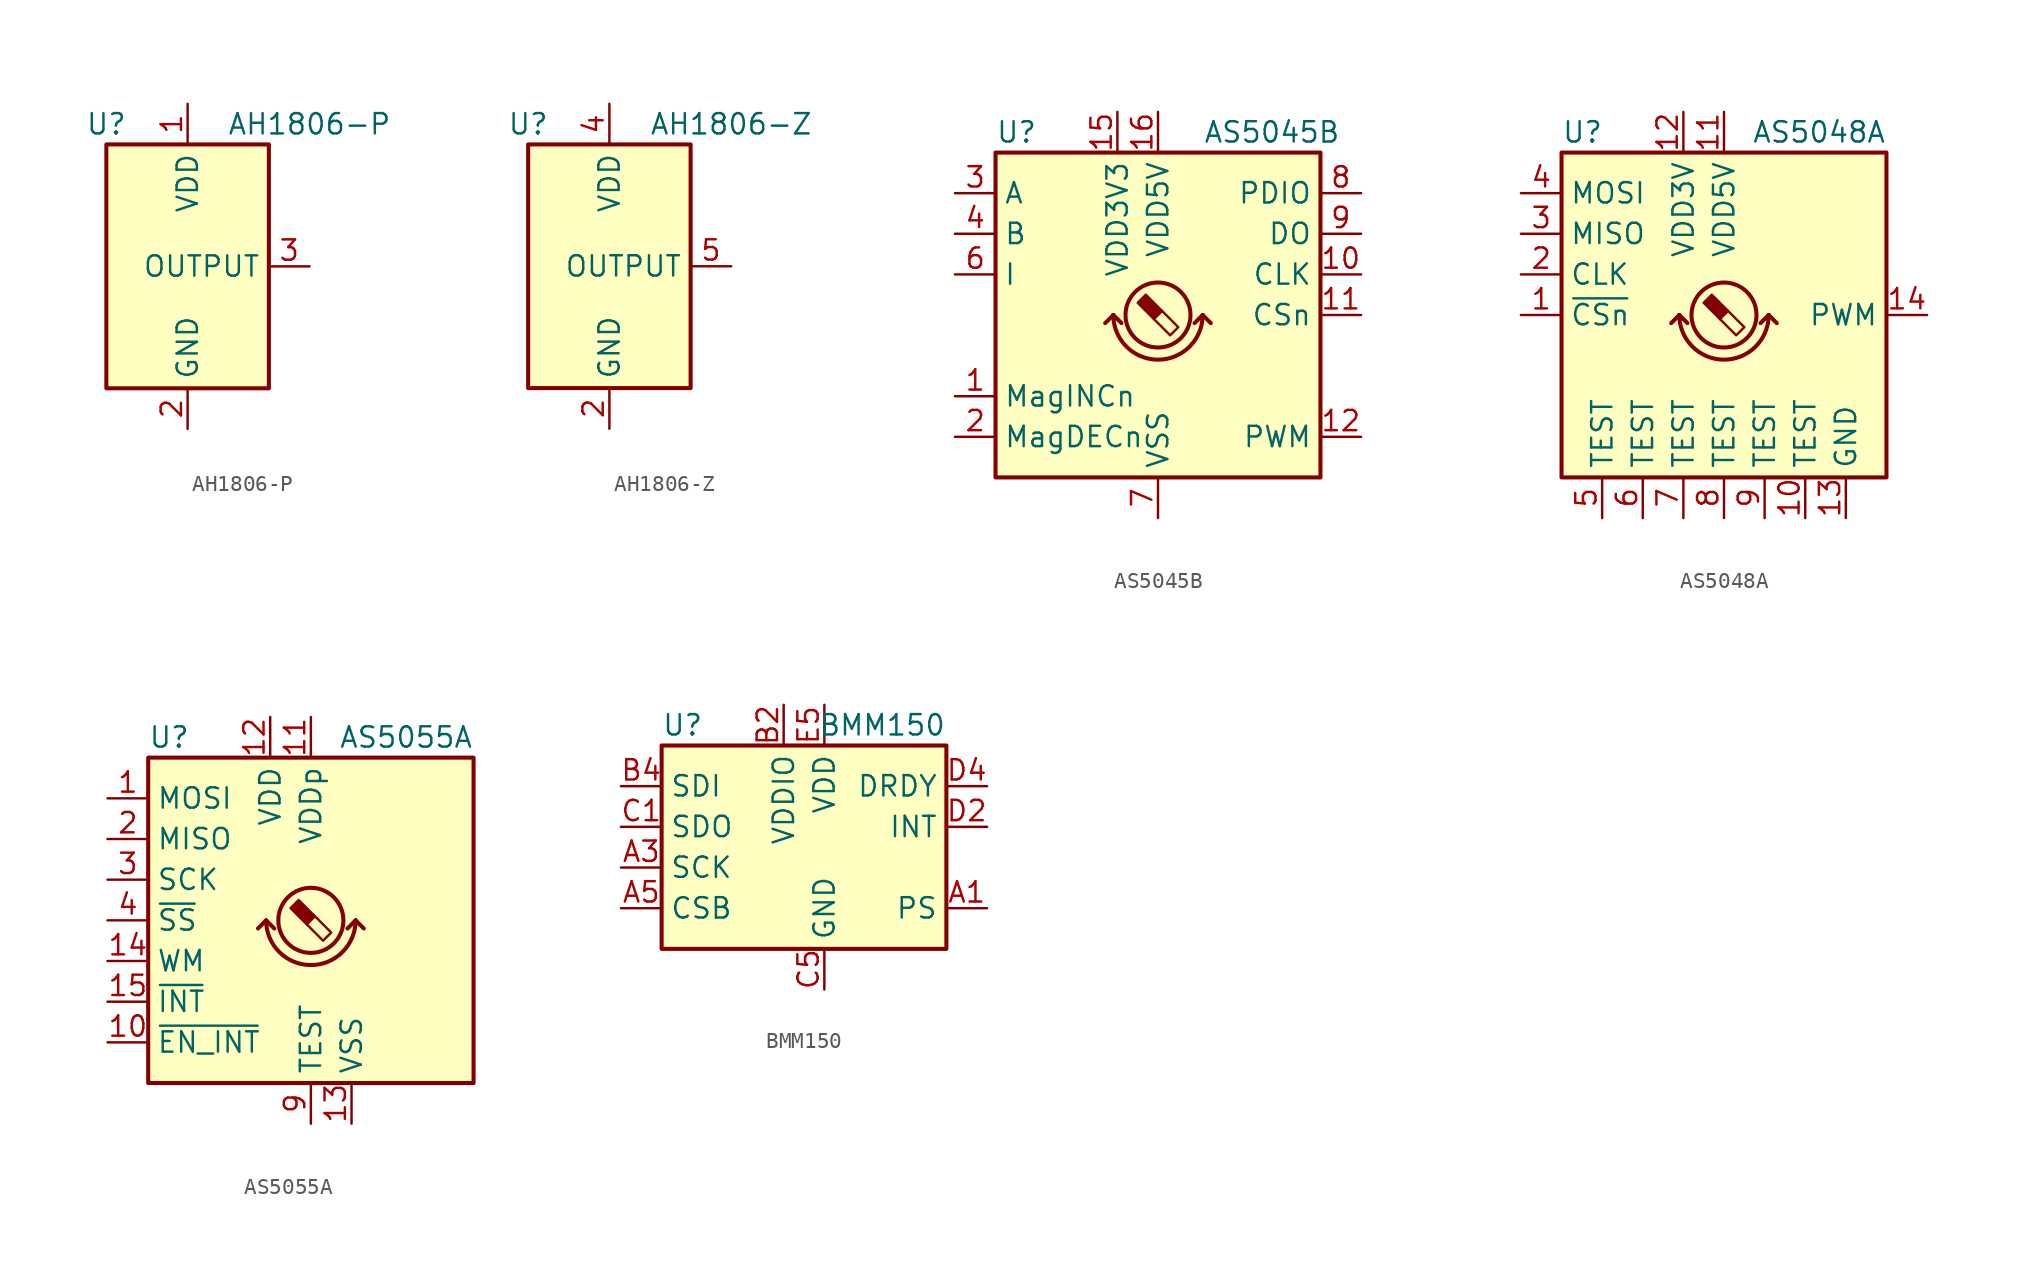
<source format=kicad_sym>
(kicad_symbol_lib
  (version 20211014)
  (generator kicad_symbol_editor)
  (symbol "AH1806-P"
    (property "Reference" "U"
      (at -5.08 8.89 0)
      (effects (font (size 1.27 1.27))))
    (property "Value" "AH1806-P"
      (at 7.62 8.89 0)
      (effects (font (size 1.27 1.27))))
    (symbol "AH1806-P_0_1"
      (rectangle (start 5.08 7.62) (end -5.08 -7.62) (stroke (width 0.254) (type default) (color 0 0 0 0)) (fill (type background))))
    (symbol "AH1806-P_1_1"
      (pin power_in line (at 0 10.16 270) (length 2.54) (name "VDD" (effects (font (size 1.27 1.27)))) (number "1" (effects (font (size 1.27 1.27)))))
      (pin power_in line (at 0 -10.16 90) (length 2.54) (name "GND" (effects (font (size 1.27 1.27)))) (number "2" (effects (font (size 1.27 1.27)))))
      (pin open_collector line (at 7.62 0 180) (length 2.54) (name "OUTPUT" (effects (font (size 1.27 1.27)))) (number "3" (effects (font (size 1.27 1.27)))))))
  (symbol "AH1806-Z"
    (property "Reference" "U"
      (at -5.08 8.89 0)
      (effects (font (size 1.27 1.27))))
    (property "Value" "AH1806-Z"
      (at 7.62 8.89 0)
      (effects (font (size 1.27 1.27))))
    (symbol "AH1806-Z_0_1"
      (rectangle (start 5.08 7.62) (end -5.08 -7.62) (stroke (width 0.254) (type default) (color 0 0 0 0)) (fill (type background))))
    (symbol "AH1806-Z_1_1"
      (pin no_connect line (at 5.08 2.54 180) (length 2.54) hide (name "NC" (effects (font (size 1.27 1.27)))) (number "1" (effects (font (size 1.27 1.27)))))
      (pin power_in line (at 0 -10.16 90) (length 2.54) (name "GND" (effects (font (size 1.27 1.27)))) (number "2" (effects (font (size 1.27 1.27)))))
      (pin no_connect line (at 5.08 -2.54 180) (length 2.54) hide (name "NC" (effects (font (size 1.27 1.27)))) (number "3" (effects (font (size 1.27 1.27)))))
      (pin power_in line (at 0 10.16 270) (length 2.54) (name "VDD" (effects (font (size 1.27 1.27)))) (number "4" (effects (font (size 1.27 1.27)))))
      (pin open_collector line (at 7.62 0 180) (length 2.54) (name "OUTPUT" (effects (font (size 1.27 1.27)))) (number "5" (effects (font (size 1.27 1.27)))))))
  (symbol "AS5045B"
    (property "Reference" "U"
      (at -10.16 11.43 0)
      (effects (font (size 1.27 1.27)) (justify left)))
    (property "Value" "AS5045B"
      (at 11.43 11.43 0)
      (effects (font (size 1.27 1.27)) (justify right)))
    (symbol "AS5045B_0_1"
      (rectangle (start -10.16 10.16) (end 10.16 -10.16) (stroke (width 0.254) (type default) (color 0 0 0 0)) (fill (type background)))
      (arc (start -2.794 0) (mid 0 -2.794) (end 2.794 0) (stroke (width 0.254) (type default) (color 0 0 0 0)) (fill (type none)))
      (polyline (pts (xy -2.794 0) (xy -3.302 -0.508)) (stroke (width 0.254) (type default) (color 0 0 0 0)) (fill (type none)))
      (polyline (pts (xy -2.794 0) (xy -2.286 -0.508)) (stroke (width 0.254) (type default) (color 0 0 0 0)) (fill (type none)))
      (polyline (pts (xy 2.794 0) (xy 2.286 -0.508)) (stroke (width 0.254) (type default) (color 0 0 0 0)) (fill (type none)))
      (polyline (pts (xy 2.794 0) (xy 3.302 -0.508)) (stroke (width 0.254) (type default) (color 0 0 0 0)) (fill (type none)))
      (polyline (pts (xy 0.254 0.254) (xy 1.27 -0.762) (xy 0.762 -1.27) (xy -0.254 -0.254)) (stroke (width 0) (type default) (color 0 0 0 0)) (fill (type none)))
      (polyline (pts (xy -0.762 1.27) (xy 0.254 0.254) (xy -0.254 -0.254) (xy -1.27 0.762) (xy -1.016 1.016) (xy -0.762 1.27) (xy -0.635 1.143)) (stroke (width 0) (type default) (color 0 0 0 0)) (fill (type outline)))
      (circle (center 0 0) (radius 2.032) (stroke (width 0.254) (type default) (color 0 0 0 0)) (fill (type none))))
    (symbol "AS5045B_1_1"
      (pin open_collector line (at -12.7 -5.08 0) (length 2.54) (name "MagINCn" (effects (font (size 1.27 1.27)))) (number "1" (effects (font (size 1.27 1.27)))))
      (pin input line (at 12.7 2.54 180) (length 2.54) (name "CLK" (effects (font (size 1.27 1.27)))) (number "10" (effects (font (size 1.27 1.27)))))
      (pin input line (at 12.7 0 180) (length 2.54) (name "CSn" (effects (font (size 1.27 1.27)))) (number "11" (effects (font (size 1.27 1.27)))))
      (pin output line (at 12.7 -7.62 180) (length 2.54) (name "PWM" (effects (font (size 1.27 1.27)))) (number "12" (effects (font (size 1.27 1.27)))))
      (pin no_connect line (at 10.16 -5.08 180) (length 2.54) hide (name "NC" (effects (font (size 1.27 1.27)))) (number "13" (effects (font (size 1.27 1.27)))))
      (pin no_connect line (at 2.54 -10.16 90) (length 2.54) hide (name "NC" (effects (font (size 1.27 1.27)))) (number "14" (effects (font (size 1.27 1.27)))))
      (pin power_in line (at -2.54 12.7 270) (length 2.54) (name "VDD3V3" (effects (font (size 1.27 1.27)))) (number "15" (effects (font (size 1.27 1.27)))))
      (pin power_in line (at 0 12.7 270) (length 2.54) (name "VDD5V" (effects (font (size 1.27 1.27)))) (number "16" (effects (font (size 1.27 1.27)))))
      (pin open_collector line (at -12.7 -7.62 0) (length 2.54) (name "MagDECn" (effects (font (size 1.27 1.27)))) (number "2" (effects (font (size 1.27 1.27)))))
      (pin output line (at -12.7 7.62 0) (length 2.54) (name "A" (effects (font (size 1.27 1.27)))) (number "3" (effects (font (size 1.27 1.27)))))
      (pin output line (at -12.7 5.08 0) (length 2.54) (name "B" (effects (font (size 1.27 1.27)))) (number "4" (effects (font (size 1.27 1.27)))))
      (pin no_connect line (at 10.16 -2.54 180) (length 2.54) hide (name "NC" (effects (font (size 1.27 1.27)))) (number "5" (effects (font (size 1.27 1.27)))))
      (pin output line (at -12.7 2.54 0) (length 2.54) (name "I" (effects (font (size 1.27 1.27)))) (number "6" (effects (font (size 1.27 1.27)))))
      (pin power_in line (at 0 -12.7 90) (length 2.54) (name "VSS" (effects (font (size 1.27 1.27)))) (number "7" (effects (font (size 1.27 1.27)))))
      (pin input line (at 12.7 7.62 180) (length 2.54) (name "PDIO" (effects (font (size 1.27 1.27)))) (number "8" (effects (font (size 1.27 1.27)))))
      (pin output line (at 12.7 5.08 180) (length 2.54) (name "DO" (effects (font (size 1.27 1.27)))) (number "9" (effects (font (size 1.27 1.27)))))))
  (symbol "AS5048A"
    (property "Reference" "U"
      (at -10.16 11.43 0)
      (effects (font (size 1.27 1.27)) (justify left)))
    (property "Value" "AS5048A"
      (at 10.16 11.43 0)
      (effects (font (size 1.27 1.27)) (justify right)))
    (symbol "AS5048A_0_1"
      (rectangle (start -10.16 10.16) (end 10.16 -10.16) (stroke (width 0.254) (type default) (color 0 0 0 0)) (fill (type background)))
      (arc (start -2.794 0) (mid 0 -2.794) (end 2.794 0) (stroke (width 0.254) (type default) (color 0 0 0 0)) (fill (type none)))
      (polyline (pts (xy -2.794 0) (xy -3.302 -0.508)) (stroke (width 0.254) (type default) (color 0 0 0 0)) (fill (type none)))
      (polyline (pts (xy -2.794 0) (xy -2.286 -0.508)) (stroke (width 0.254) (type default) (color 0 0 0 0)) (fill (type none)))
      (polyline (pts (xy 2.794 0) (xy 2.286 -0.508)) (stroke (width 0.254) (type default) (color 0 0 0 0)) (fill (type none)))
      (polyline (pts (xy 2.794 0) (xy 3.302 -0.508)) (stroke (width 0.254) (type default) (color 0 0 0 0)) (fill (type none))))
    (symbol "AS5048A_1_1"
      (polyline (pts (xy 0.254 0.254) (xy 1.27 -0.762) (xy 0.762 -1.27) (xy -0.254 -0.254)) (stroke (width 0) (type default) (color 0 0 0 0)) (fill (type none)))
      (polyline (pts (xy -0.762 1.27) (xy 0.254 0.254) (xy -0.254 -0.254) (xy -1.27 0.762) (xy -1.016 1.016) (xy -0.762 1.27) (xy -0.635 1.143)) (stroke (width 0) (type default) (color 0 0 0 0)) (fill (type outline)))
      (circle (center 0 0) (radius 2.032) (stroke (width 0.254) (type default) (color 0 0 0 0)) (fill (type none)))
      (pin input line (at -12.7 0 0) (length 2.54) (name "~{CSn}" (effects (font (size 1.27 1.27)))) (number "1" (effects (font (size 1.27 1.27)))))
      (pin passive line (at 5.08 -12.7 90) (length 2.54) (name "TEST" (effects (font (size 1.27 1.27)))) (number "10" (effects (font (size 1.27 1.27)))))
      (pin power_in line (at 0 12.7 270) (length 2.54) (name "VDD5V" (effects (font (size 1.27 1.27)))) (number "11" (effects (font (size 1.27 1.27)))))
      (pin power_in line (at -2.54 12.7 270) (length 2.54) (name "VDD3V" (effects (font (size 1.27 1.27)))) (number "12" (effects (font (size 1.27 1.27)))))
      (pin power_in line (at 7.62 -12.7 90) (length 2.54) (name "GND" (effects (font (size 1.27 1.27)))) (number "13" (effects (font (size 1.27 1.27)))))
      (pin output line (at 12.7 0 180) (length 2.54) (name "PWM" (effects (font (size 1.27 1.27)))) (number "14" (effects (font (size 1.27 1.27)))))
      (pin input line (at -12.7 2.54 0) (length 2.54) (name "CLK" (effects (font (size 1.27 1.27)))) (number "2" (effects (font (size 1.27 1.27)))))
      (pin output line (at -12.7 5.08 0) (length 2.54) (name "MISO" (effects (font (size 1.27 1.27)))) (number "3" (effects (font (size 1.27 1.27)))))
      (pin input line (at -12.7 7.62 0) (length 2.54) (name "MOSI" (effects (font (size 1.27 1.27)))) (number "4" (effects (font (size 1.27 1.27)))))
      (pin passive line (at -7.62 -12.7 90) (length 2.54) (name "TEST" (effects (font (size 1.27 1.27)))) (number "5" (effects (font (size 1.27 1.27)))))
      (pin passive line (at -5.08 -12.7 90) (length 2.54) (name "TEST" (effects (font (size 1.27 1.27)))) (number "6" (effects (font (size 1.27 1.27)))))
      (pin passive line (at -2.54 -12.7 90) (length 2.54) (name "TEST" (effects (font (size 1.27 1.27)))) (number "7" (effects (font (size 1.27 1.27)))))
      (pin passive line (at 0 -12.7 90) (length 2.54) (name "TEST" (effects (font (size 1.27 1.27)))) (number "8" (effects (font (size 1.27 1.27)))))
      (pin passive line (at 2.54 -12.7 90) (length 2.54) (name "TEST" (effects (font (size 1.27 1.27)))) (number "9" (effects (font (size 1.27 1.27)))))))
  (symbol "AS5055A"
    (property "Reference" "U"
      (at -10.16 11.43 0)
      (effects (font (size 1.27 1.27)) (justify left)))
    (property "Value" "AS5055A"
      (at 10.16 11.43 0)
      (effects (font (size 1.27 1.27)) (justify right)))
    (symbol "AS5055A_0_1"
      (rectangle (start -10.16 10.16) (end 10.16 -10.16) (stroke (width 0.254) (type default) (color 0 0 0 0)) (fill (type background)))
      (arc (start -2.794 0) (mid 0 -2.794) (end 2.794 0) (stroke (width 0.254) (type default) (color 0 0 0 0)) (fill (type none)))
      (polyline (pts (xy -2.794 0) (xy -3.302 -0.508)) (stroke (width 0.254) (type default) (color 0 0 0 0)) (fill (type none)))
      (polyline (pts (xy -2.794 0) (xy -2.286 -0.508)) (stroke (width 0.254) (type default) (color 0 0 0 0)) (fill (type none)))
      (polyline (pts (xy 2.794 0) (xy 2.286 -0.508)) (stroke (width 0.254) (type default) (color 0 0 0 0)) (fill (type none)))
      (polyline (pts (xy 2.794 0) (xy 3.302 -0.508)) (stroke (width 0.254) (type default) (color 0 0 0 0)) (fill (type none))))
    (symbol "AS5055A_1_1"
      (polyline (pts (xy 0.254 0.254) (xy 1.27 -0.762) (xy 0.762 -1.27) (xy -0.254 -0.254)) (stroke (width 0) (type default) (color 0 0 0 0)) (fill (type none)))
      (polyline (pts (xy -0.762 1.27) (xy 0.254 0.254) (xy -0.254 -0.254) (xy -1.27 0.762) (xy -1.016 1.016) (xy -0.762 1.27) (xy -0.635 1.143)) (stroke (width 0) (type default) (color 0 0 0 0)) (fill (type outline)))
      (circle (center 0 0) (radius 2.032) (stroke (width 0.254) (type default) (color 0 0 0 0)) (fill (type none)))
      (pin input line (at -12.7 7.62 0) (length 2.54) (name "MOSI" (effects (font (size 1.27 1.27)))) (number "1" (effects (font (size 1.27 1.27)))))
      (pin input line (at -12.7 -7.62 0) (length 2.54) (name "~{EN_INT}" (effects (font (size 1.27 1.27)))) (number "10" (effects (font (size 1.27 1.27)))))
      (pin power_in line (at 0 12.7 270) (length 2.54) (name "VDDp" (effects (font (size 1.27 1.27)))) (number "11" (effects (font (size 1.27 1.27)))))
      (pin power_in line (at -2.54 12.7 270) (length 2.54) (name "VDD" (effects (font (size 1.27 1.27)))) (number "12" (effects (font (size 1.27 1.27)))))
      (pin power_in line (at 2.54 -12.7 90) (length 2.54) (name "VSS" (effects (font (size 1.27 1.27)))) (number "13" (effects (font (size 1.27 1.27)))))
      (pin input line (at -12.7 -2.54 0) (length 2.54) (name "WM" (effects (font (size 1.27 1.27)))) (number "14" (effects (font (size 1.27 1.27)))))
      (pin output line (at -12.7 -5.08 0) (length 2.54) (name "~{INT}" (effects (font (size 1.27 1.27)))) (number "15" (effects (font (size 1.27 1.27)))))
      (pin no_connect line (at 5.08 -10.16 90) (length 2.54) hide (name "NC" (effects (font (size 1.27 1.27)))) (number "16" (effects (font (size 1.27 1.27)))))
      (pin no_connect line (at 7.62 -10.16 90) (length 2.54) hide (name "NC" (effects (font (size 1.27 1.27)))) (number "17" (effects (font (size 1.27 1.27)))))
      (pin output line (at -12.7 5.08 0) (length 2.54) (name "MISO" (effects (font (size 1.27 1.27)))) (number "2" (effects (font (size 1.27 1.27)))))
      (pin input line (at -12.7 2.54 0) (length 2.54) (name "SCK" (effects (font (size 1.27 1.27)))) (number "3" (effects (font (size 1.27 1.27)))))
      (pin input line (at -12.7 0 0) (length 2.54) (name "~{SS}" (effects (font (size 1.27 1.27)))) (number "4" (effects (font (size 1.27 1.27)))))
      (pin no_connect line (at 10.16 7.62 180) (length 2.54) hide (name "NC" (effects (font (size 1.27 1.27)))) (number "5" (effects (font (size 1.27 1.27)))))
      (pin no_connect line (at 10.16 5.08 180) (length 2.54) hide (name "NC" (effects (font (size 1.27 1.27)))) (number "6" (effects (font (size 1.27 1.27)))))
      (pin no_connect line (at 10.16 2.54 180) (length 2.54) hide (name "NC" (effects (font (size 1.27 1.27)))) (number "7" (effects (font (size 1.27 1.27)))))
      (pin no_connect line (at 10.16 0 180) (length 2.54) hide (name "NC" (effects (font (size 1.27 1.27)))) (number "8" (effects (font (size 1.27 1.27)))))
      (pin passive line (at 0 -12.7 90) (length 2.54) (name "TEST" (effects (font (size 1.27 1.27)))) (number "9" (effects (font (size 1.27 1.27)))))))
  (symbol "BMM150"
    (property "Reference" "U"
      (at -10.16 6.35 0)
      (effects (font (size 1.27 1.27)) (justify left)))
    (property "Value" "BMM150"
      (at 7.62 6.35 0)
      (effects (font (size 1.27 1.27)) (justify right)))
    (symbol "BMM150_0_1"
      (rectangle (start -10.16 5.08) (end 7.62 -7.62) (stroke (width 0.254) (type default) (color 0 0 0 0)) (fill (type background))))
    (symbol "BMM150_1_1"
      (pin input line (at 10.16 -5.08 180) (length 2.54) (name "PS" (effects (font (size 1.27 1.27)))) (number "A1" (effects (font (size 1.27 1.27)))))
      (pin bidirectional line (at -12.7 -2.54 0) (length 2.54) (name "SCK" (effects (font (size 1.27 1.27)))) (number "A3" (effects (font (size 1.27 1.27)))))
      (pin input line (at -12.7 -5.08 0) (length 2.54) (name "CSB" (effects (font (size 1.27 1.27)))) (number "A5" (effects (font (size 1.27 1.27)))))
      (pin power_in line (at -2.54 7.62 270) (length 2.54) (name "VDDIO" (effects (font (size 1.27 1.27)))) (number "B2" (effects (font (size 1.27 1.27)))))
      (pin bidirectional line (at -12.7 2.54 0) (length 2.54) (name "SDI" (effects (font (size 1.27 1.27)))) (number "B4" (effects (font (size 1.27 1.27)))))
      (pin bidirectional line (at -12.7 0 0) (length 2.54) (name "SDO" (effects (font (size 1.27 1.27)))) (number "C1" (effects (font (size 1.27 1.27)))))
      (pin power_in line (at 0 -10.16 90) (length 2.54) (name "GND" (effects (font (size 1.27 1.27)))) (number "C5" (effects (font (size 1.27 1.27)))))
      (pin output line (at 10.16 0 180) (length 2.54) (name "INT" (effects (font (size 1.27 1.27)))) (number "D2" (effects (font (size 1.27 1.27)))))
      (pin output line (at 10.16 2.54 180) (length 2.54) (name "DRDY" (effects (font (size 1.27 1.27)))) (number "D4" (effects (font (size 1.27 1.27)))))
      (pin passive line (at 0 -10.16 90) (length 2.54) hide (name "GND" (effects (font (size 1.27 1.27)))) (number "E1" (effects (font (size 1.27 1.27)))))
      (pin passive line (at 0 -10.16 90) (length 2.54) hide (name "GND" (effects (font (size 1.27 1.27)))) (number "E3" (effects (font (size 1.27 1.27)))))
      (pin power_in line (at 0 7.62 270) (length 2.54) (name "VDD" (effects (font (size 1.27 1.27)))) (number "E5" (effects (font (size 1.27 1.27))))))))
</source>
